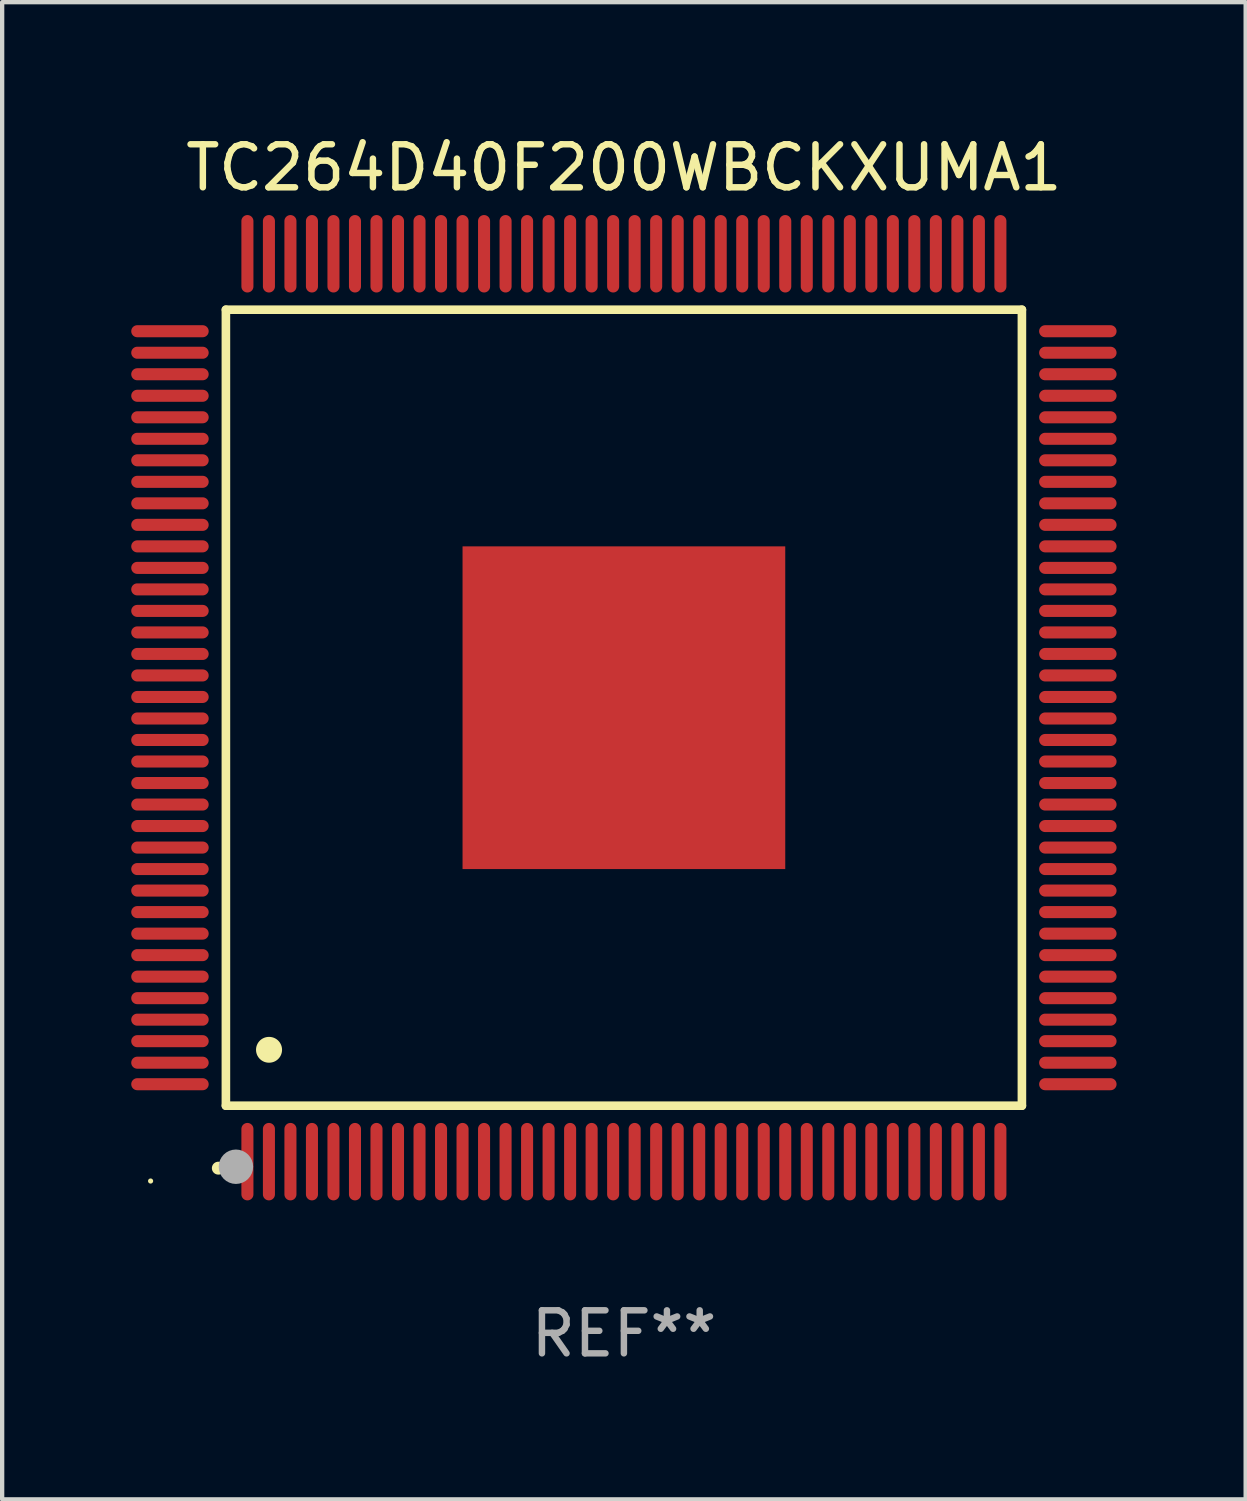
<source format=kicad_pcb>
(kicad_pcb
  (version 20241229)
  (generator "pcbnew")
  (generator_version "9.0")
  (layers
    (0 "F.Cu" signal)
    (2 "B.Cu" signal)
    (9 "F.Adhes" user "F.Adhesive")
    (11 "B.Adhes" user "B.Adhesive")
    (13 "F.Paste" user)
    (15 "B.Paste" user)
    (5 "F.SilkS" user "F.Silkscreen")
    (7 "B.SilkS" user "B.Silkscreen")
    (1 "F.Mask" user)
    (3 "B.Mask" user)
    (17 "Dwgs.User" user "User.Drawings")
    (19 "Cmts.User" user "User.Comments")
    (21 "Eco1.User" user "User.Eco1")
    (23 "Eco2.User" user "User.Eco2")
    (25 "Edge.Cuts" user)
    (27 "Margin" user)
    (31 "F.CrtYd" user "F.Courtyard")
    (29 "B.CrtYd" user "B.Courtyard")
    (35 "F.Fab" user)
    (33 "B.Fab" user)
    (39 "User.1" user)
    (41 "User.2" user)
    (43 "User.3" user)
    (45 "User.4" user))
  (footprint "TC264D40F200WBCKXUMA1"
    (layer "F.Cu")
    (at 11.45 13.398)
    (property "Reference" "TC264D40F200WBCKXUMA1" (at 0 -12.55 0) (layer "F.SilkS") (effects (font (size 1 1) (thickness 0.15))))
    (attr through_hole)
    (fp_line (start -9.25 -9.25) (end 9.25 -9.25) (stroke (width 0.2) (type solid)) (layer "F.SilkS"))
    (fp_line (start -9.25 9.25) (end -9.25 -9.25) (stroke (width 0.2) (type solid)) (layer "F.SilkS"))
    (fp_line (start 9.25 -9.25) (end 9.25 9.25) (stroke (width 0.2) (type solid)) (layer "F.SilkS"))
    (fp_line (start 9.25 9.25) (end -9.25 9.25) (stroke (width 0.2) (type solid)) (layer "F.SilkS"))
    (fp_arc (start -9.425959 10.701041) (mid -9.424689 10.701036) (end -9.423419 10.701041) (stroke (width 0.3) (type solid)) (layer "F.SilkS"))
    (fp_arc (start -8.249936 7.950216) (mid -8.247396 7.950205) (end -8.244856 7.950216) (stroke (width 0.6) (type solid)) (layer "F.SilkS"))
    (fp_circle (center -11 11) (end -10.97 11) (stroke (width 0.06) (type solid)) (fill no) (layer "F.SilkS"))
    (fp_circle (center -9.017 10.668) (end -8.817 10.668) (stroke (width 0.4) (type solid)) (fill no) (layer "F.Fab"))
    (fp_text user "REF**" (at 0 14.55 0) (layer "F.Fab") (effects (font (size 1 1) (thickness 0.15))))
    (pad "1" smd oval (at -8.75 10.55 180) (size 0.28 1.8) (layers "F.Cu" "F.Mask" "F.Paste"))
    (pad "2" smd oval (at -8.25 10.55 180) (size 0.28 1.8) (layers "F.Cu" "F.Mask" "F.Paste"))
    (pad "3" smd oval (at -7.75 10.55 180) (size 0.28 1.8) (layers "F.Cu" "F.Mask" "F.Paste"))
    (pad "4" smd oval (at -7.25 10.55 180) (size 0.28 1.8) (layers "F.Cu" "F.Mask" "F.Paste"))
    (pad "5" smd oval (at -6.75 10.55 180) (size 0.28 1.8) (layers "F.Cu" "F.Mask" "F.Paste"))
    (pad "6" smd oval (at -6.25 10.55 180) (size 0.28 1.8) (layers "F.Cu" "F.Mask" "F.Paste"))
    (pad "7" smd oval (at -5.75 10.55 180) (size 0.28 1.8) (layers "F.Cu" "F.Mask" "F.Paste"))
    (pad "8" smd oval (at -5.25 10.55 180) (size 0.28 1.8) (layers "F.Cu" "F.Mask" "F.Paste"))
    (pad "9" smd oval (at -4.75 10.55 180) (size 0.28 1.8) (layers "F.Cu" "F.Mask" "F.Paste"))
    (pad "10" smd oval (at -4.25 10.55 180) (size 0.28 1.8) (layers "F.Cu" "F.Mask" "F.Paste"))
    (pad "11" smd oval (at -3.75 10.55 180) (size 0.28 1.8) (layers "F.Cu" "F.Mask" "F.Paste"))
    (pad "12" smd oval (at -3.25 10.55 180) (size 0.28 1.8) (layers "F.Cu" "F.Mask" "F.Paste"))
    (pad "13" smd oval (at -2.75 10.55 180) (size 0.28 1.8) (layers "F.Cu" "F.Mask" "F.Paste"))
    (pad "14" smd oval (at -2.25 10.55 180) (size 0.28 1.8) (layers "F.Cu" "F.Mask" "F.Paste"))
    (pad "15" smd oval (at -1.75 10.55 180) (size 0.28 1.8) (layers "F.Cu" "F.Mask" "F.Paste"))
    (pad "16" smd oval (at -1.25 10.55 180) (size 0.28 1.8) (layers "F.Cu" "F.Mask" "F.Paste"))
    (pad "17" smd oval (at -0.75 10.55 180) (size 0.28 1.8) (layers "F.Cu" "F.Mask" "F.Paste"))
    (pad "18" smd oval (at -0.25 10.55 180) (size 0.28 1.8) (layers "F.Cu" "F.Mask" "F.Paste"))
    (pad "19" smd oval (at 0.25 10.55 180) (size 0.28 1.8) (layers "F.Cu" "F.Mask" "F.Paste"))
    (pad "20" smd oval (at 0.75 10.55 180) (size 0.28 1.8) (layers "F.Cu" "F.Mask" "F.Paste"))
    (pad "21" smd oval (at 1.25 10.55 180) (size 0.28 1.8) (layers "F.Cu" "F.Mask" "F.Paste"))
    (pad "22" smd oval (at 1.75 10.55 180) (size 0.28 1.8) (layers "F.Cu" "F.Mask" "F.Paste"))
    (pad "23" smd oval (at 2.25 10.55 180) (size 0.28 1.8) (layers "F.Cu" "F.Mask" "F.Paste"))
    (pad "24" smd oval (at 2.75 10.55 180) (size 0.28 1.8) (layers "F.Cu" "F.Mask" "F.Paste"))
    (pad "25" smd oval (at 3.25 10.55 180) (size 0.28 1.8) (layers "F.Cu" "F.Mask" "F.Paste"))
    (pad "26" smd oval (at 3.75 10.55 180) (size 0.28 1.8) (layers "F.Cu" "F.Mask" "F.Paste"))
    (pad "27" smd oval (at 4.25 10.55 180) (size 0.28 1.8) (layers "F.Cu" "F.Mask" "F.Paste"))
    (pad "28" smd oval (at 4.75 10.55 180) (size 0.28 1.8) (layers "F.Cu" "F.Mask" "F.Paste"))
    (pad "29" smd oval (at 5.25 10.55 180) (size 0.28 1.8) (layers "F.Cu" "F.Mask" "F.Paste"))
    (pad "30" smd oval (at 5.75 10.55 180) (size 0.28 1.8) (layers "F.Cu" "F.Mask" "F.Paste"))
    (pad "31" smd oval (at 6.25 10.55 180) (size 0.28 1.8) (layers "F.Cu" "F.Mask" "F.Paste"))
    (pad "32" smd oval (at 6.75 10.55 180) (size 0.28 1.8) (layers "F.Cu" "F.Mask" "F.Paste"))
    (pad "33" smd oval (at 7.25 10.55 180) (size 0.28 1.8) (layers "F.Cu" "F.Mask" "F.Paste"))
    (pad "34" smd oval (at 7.75 10.55 180) (size 0.28 1.8) (layers "F.Cu" "F.Mask" "F.Paste"))
    (pad "35" smd oval (at 8.25 10.55 180) (size 0.28 1.8) (layers "F.Cu" "F.Mask" "F.Paste"))
    (pad "36" smd oval (at 8.75 10.55 180) (size 0.28 1.8) (layers "F.Cu" "F.Mask" "F.Paste"))
    (pad "37" smd oval (at 10.55 8.75 90) (size 0.28 1.8) (layers "F.Cu" "F.Mask" "F.Paste"))
    (pad "38" smd oval (at 10.55 8.25 90) (size 0.28 1.8) (layers "F.Cu" "F.Mask" "F.Paste"))
    (pad "39" smd oval (at 10.55 7.75 90) (size 0.28 1.8) (layers "F.Cu" "F.Mask" "F.Paste"))
    (pad "40" smd oval (at 10.55 7.25 90) (size 0.28 1.8) (layers "F.Cu" "F.Mask" "F.Paste"))
    (pad "41" smd oval (at 10.55 6.75 90) (size 0.28 1.8) (layers "F.Cu" "F.Mask" "F.Paste"))
    (pad "42" smd oval (at 10.55 6.25 90) (size 0.28 1.8) (layers "F.Cu" "F.Mask" "F.Paste"))
    (pad "43" smd oval (at 10.55 5.75 90) (size 0.28 1.8) (layers "F.Cu" "F.Mask" "F.Paste"))
    (pad "44" smd oval (at 10.55 5.25 90) (size 0.28 1.8) (layers "F.Cu" "F.Mask" "F.Paste"))
    (pad "45" smd oval (at 10.55 4.75 90) (size 0.28 1.8) (layers "F.Cu" "F.Mask" "F.Paste"))
    (pad "46" smd oval (at 10.55 4.25 90) (size 0.28 1.8) (layers "F.Cu" "F.Mask" "F.Paste"))
    (pad "47" smd oval (at 10.55 3.75 90) (size 0.28 1.8) (layers "F.Cu" "F.Mask" "F.Paste"))
    (pad "48" smd oval (at 10.55 3.25 90) (size 0.28 1.8) (layers "F.Cu" "F.Mask" "F.Paste"))
    (pad "49" smd oval (at 10.55 2.75 90) (size 0.28 1.8) (layers "F.Cu" "F.Mask" "F.Paste"))
    (pad "50" smd oval (at 10.55 2.25 90) (size 0.28 1.8) (layers "F.Cu" "F.Mask" "F.Paste"))
    (pad "51" smd oval (at 10.55 1.75 90) (size 0.28 1.8) (layers "F.Cu" "F.Mask" "F.Paste"))
    (pad "52" smd oval (at 10.55 1.25 90) (size 0.28 1.8) (layers "F.Cu" "F.Mask" "F.Paste"))
    (pad "53" smd oval (at 10.55 0.75 90) (size 0.28 1.8) (layers "F.Cu" "F.Mask" "F.Paste"))
    (pad "54" smd oval (at 10.55 0.25 90) (size 0.28 1.8) (layers "F.Cu" "F.Mask" "F.Paste"))
    (pad "55" smd oval (at 10.55 -0.25 90) (size 0.28 1.8) (layers "F.Cu" "F.Mask" "F.Paste"))
    (pad "56" smd oval (at 10.55 -0.75 90) (size 0.28 1.8) (layers "F.Cu" "F.Mask" "F.Paste"))
    (pad "57" smd oval (at 10.55 -1.25 90) (size 0.28 1.8) (layers "F.Cu" "F.Mask" "F.Paste"))
    (pad "58" smd oval (at 10.55 -1.75 90) (size 0.28 1.8) (layers "F.Cu" "F.Mask" "F.Paste"))
    (pad "59" smd oval (at 10.55 -2.25 90) (size 0.28 1.8) (layers "F.Cu" "F.Mask" "F.Paste"))
    (pad "60" smd oval (at 10.55 -2.75 90) (size 0.28 1.8) (layers "F.Cu" "F.Mask" "F.Paste"))
    (pad "61" smd oval (at 10.55 -3.25 90) (size 0.28 1.8) (layers "F.Cu" "F.Mask" "F.Paste"))
    (pad "62" smd oval (at 10.55 -3.75 90) (size 0.28 1.8) (layers "F.Cu" "F.Mask" "F.Paste"))
    (pad "63" smd oval (at 10.55 -4.25 90) (size 0.28 1.8) (layers "F.Cu" "F.Mask" "F.Paste"))
    (pad "64" smd oval (at 10.55 -4.75 90) (size 0.28 1.8) (layers "F.Cu" "F.Mask" "F.Paste"))
    (pad "65" smd oval (at 10.55 -5.25 90) (size 0.28 1.8) (layers "F.Cu" "F.Mask" "F.Paste"))
    (pad "66" smd oval (at 10.55 -5.75 90) (size 0.28 1.8) (layers "F.Cu" "F.Mask" "F.Paste"))
    (pad "67" smd oval (at 10.55 -6.25 90) (size 0.28 1.8) (layers "F.Cu" "F.Mask" "F.Paste"))
    (pad "68" smd oval (at 10.55 -6.75 90) (size 0.28 1.8) (layers "F.Cu" "F.Mask" "F.Paste"))
    (pad "69" smd oval (at 10.55 -7.25 90) (size 0.28 1.8) (layers "F.Cu" "F.Mask" "F.Paste"))
    (pad "70" smd oval (at 10.55 -7.75 90) (size 0.28 1.8) (layers "F.Cu" "F.Mask" "F.Paste"))
    (pad "71" smd oval (at 10.55 -8.25 90) (size 0.28 1.8) (layers "F.Cu" "F.Mask" "F.Paste"))
    (pad "72" smd oval (at 10.55 -8.75 90) (size 0.28 1.8) (layers "F.Cu" "F.Mask" "F.Paste"))
    (pad "73" smd oval (at 8.75 -10.55 180) (size 0.28 1.8) (layers "F.Cu" "F.Mask" "F.Paste"))
    (pad "74" smd oval (at 8.25 -10.55 180) (size 0.28 1.8) (layers "F.Cu" "F.Mask" "F.Paste"))
    (pad "75" smd oval (at 7.75 -10.55 180) (size 0.28 1.8) (layers "F.Cu" "F.Mask" "F.Paste"))
    (pad "76" smd oval (at 7.25 -10.55 180) (size 0.28 1.8) (layers "F.Cu" "F.Mask" "F.Paste"))
    (pad "77" smd oval (at 6.75 -10.55 180) (size 0.28 1.8) (layers "F.Cu" "F.Mask" "F.Paste"))
    (pad "78" smd oval (at 6.25 -10.55 180) (size 0.28 1.8) (layers "F.Cu" "F.Mask" "F.Paste"))
    (pad "79" smd oval (at 5.75 -10.55 180) (size 0.28 1.8) (layers "F.Cu" "F.Mask" "F.Paste"))
    (pad "80" smd oval (at 5.25 -10.55 180) (size 0.28 1.8) (layers "F.Cu" "F.Mask" "F.Paste"))
    (pad "81" smd oval (at 4.75 -10.55 180) (size 0.28 1.8) (layers "F.Cu" "F.Mask" "F.Paste"))
    (pad "82" smd oval (at 4.25 -10.55 180) (size 0.28 1.8) (layers "F.Cu" "F.Mask" "F.Paste"))
    (pad "83" smd oval (at 3.75 -10.55 180) (size 0.28 1.8) (layers "F.Cu" "F.Mask" "F.Paste"))
    (pad "84" smd oval (at 3.25 -10.55 180) (size 0.28 1.8) (layers "F.Cu" "F.Mask" "F.Paste"))
    (pad "85" smd oval (at 2.75 -10.55 180) (size 0.28 1.8) (layers "F.Cu" "F.Mask" "F.Paste"))
    (pad "86" smd oval (at 2.25 -10.55 180) (size 0.28 1.8) (layers "F.Cu" "F.Mask" "F.Paste"))
    (pad "87" smd oval (at 1.75 -10.55 180) (size 0.28 1.8) (layers "F.Cu" "F.Mask" "F.Paste"))
    (pad "88" smd oval (at 1.25 -10.55 180) (size 0.28 1.8) (layers "F.Cu" "F.Mask" "F.Paste"))
    (pad "89" smd oval (at 0.75 -10.55 180) (size 0.28 1.8) (layers "F.Cu" "F.Mask" "F.Paste"))
    (pad "90" smd oval (at 0.25 -10.55 180) (size 0.28 1.8) (layers "F.Cu" "F.Mask" "F.Paste"))
    (pad "91" smd oval (at -0.25 -10.55 180) (size 0.28 1.8) (layers "F.Cu" "F.Mask" "F.Paste"))
    (pad "92" smd oval (at -0.75 -10.55 180) (size 0.28 1.8) (layers "F.Cu" "F.Mask" "F.Paste"))
    (pad "93" smd oval (at -1.25 -10.55 180) (size 0.28 1.8) (layers "F.Cu" "F.Mask" "F.Paste"))
    (pad "94" smd oval (at -1.75 -10.55 180) (size 0.28 1.8) (layers "F.Cu" "F.Mask" "F.Paste"))
    (pad "95" smd oval (at -2.25 -10.55 180) (size 0.28 1.8) (layers "F.Cu" "F.Mask" "F.Paste"))
    (pad "96" smd oval (at -2.75 -10.55 180) (size 0.28 1.8) (layers "F.Cu" "F.Mask" "F.Paste"))
    (pad "97" smd oval (at -3.25 -10.55 180) (size 0.28 1.8) (layers "F.Cu" "F.Mask" "F.Paste"))
    (pad "98" smd oval (at -3.75 -10.55 180) (size 0.28 1.8) (layers "F.Cu" "F.Mask" "F.Paste"))
    (pad "99" smd oval (at -4.25 -10.55 180) (size 0.28 1.8) (layers "F.Cu" "F.Mask" "F.Paste"))
    (pad "100" smd oval (at -4.75 -10.55 180) (size 0.28 1.8) (layers "F.Cu" "F.Mask" "F.Paste"))
    (pad "101" smd oval (at -5.25 -10.55 180) (size 0.28 1.8) (layers "F.Cu" "F.Mask" "F.Paste"))
    (pad "102" smd oval (at -5.75 -10.55 180) (size 0.28 1.8) (layers "F.Cu" "F.Mask" "F.Paste"))
    (pad "103" smd oval (at -6.25 -10.55 180) (size 0.28 1.8) (layers "F.Cu" "F.Mask" "F.Paste"))
    (pad "104" smd oval (at -6.75 -10.55 180) (size 0.28 1.8) (layers "F.Cu" "F.Mask" "F.Paste"))
    (pad "105" smd oval (at -7.25 -10.55 180) (size 0.28 1.8) (layers "F.Cu" "F.Mask" "F.Paste"))
    (pad "106" smd oval (at -7.75 -10.55 180) (size 0.28 1.8) (layers "F.Cu" "F.Mask" "F.Paste"))
    (pad "107" smd oval (at -8.25 -10.55 180) (size 0.28 1.8) (layers "F.Cu" "F.Mask" "F.Paste"))
    (pad "108" smd oval (at -8.75 -10.55 180) (size 0.28 1.8) (layers "F.Cu" "F.Mask" "F.Paste"))
    (pad "109" smd oval (at -10.55 -8.75 90) (size 0.28 1.8) (layers "F.Cu" "F.Mask" "F.Paste"))
    (pad "110" smd oval (at -10.55 -8.25 90) (size 0.28 1.8) (layers "F.Cu" "F.Mask" "F.Paste"))
    (pad "111" smd oval (at -10.55 -7.75 90) (size 0.28 1.8) (layers "F.Cu" "F.Mask" "F.Paste"))
    (pad "112" smd oval (at -10.55 -7.25 90) (size 0.28 1.8) (layers "F.Cu" "F.Mask" "F.Paste"))
    (pad "113" smd oval (at -10.55 -6.75 90) (size 0.28 1.8) (layers "F.Cu" "F.Mask" "F.Paste"))
    (pad "114" smd oval (at -10.55 -6.25 90) (size 0.28 1.8) (layers "F.Cu" "F.Mask" "F.Paste"))
    (pad "115" smd oval (at -10.55 -5.75 90) (size 0.28 1.8) (layers "F.Cu" "F.Mask" "F.Paste"))
    (pad "116" smd oval (at -10.55 -5.25 90) (size 0.28 1.8) (layers "F.Cu" "F.Mask" "F.Paste"))
    (pad "117" smd oval (at -10.55 -4.75 90) (size 0.28 1.8) (layers "F.Cu" "F.Mask" "F.Paste"))
    (pad "118" smd oval (at -10.55 -4.25 90) (size 0.28 1.8) (layers "F.Cu" "F.Mask" "F.Paste"))
    (pad "119" smd oval (at -10.55 -3.75 90) (size 0.28 1.8) (layers "F.Cu" "F.Mask" "F.Paste"))
    (pad "120" smd oval (at -10.55 -3.25 90) (size 0.28 1.8) (layers "F.Cu" "F.Mask" "F.Paste"))
    (pad "121" smd oval (at -10.55 -2.75 90) (size 0.28 1.8) (layers "F.Cu" "F.Mask" "F.Paste"))
    (pad "122" smd oval (at -10.55 -2.25 90) (size 0.28 1.8) (layers "F.Cu" "F.Mask" "F.Paste"))
    (pad "123" smd oval (at -10.55 -1.75 90) (size 0.28 1.8) (layers "F.Cu" "F.Mask" "F.Paste"))
    (pad "124" smd oval (at -10.55 -1.25 90) (size 0.28 1.8) (layers "F.Cu" "F.Mask" "F.Paste"))
    (pad "125" smd oval (at -10.55 -0.75 90) (size 0.28 1.8) (layers "F.Cu" "F.Mask" "F.Paste"))
    (pad "126" smd oval (at -10.55 -0.25 90) (size 0.28 1.8) (layers "F.Cu" "F.Mask" "F.Paste"))
    (pad "127" smd oval (at -10.55 0.25 90) (size 0.28 1.8) (layers "F.Cu" "F.Mask" "F.Paste"))
    (pad "128" smd oval (at -10.55 0.75 90) (size 0.28 1.8) (layers "F.Cu" "F.Mask" "F.Paste"))
    (pad "129" smd oval (at -10.55 1.25 90) (size 0.28 1.8) (layers "F.Cu" "F.Mask" "F.Paste"))
    (pad "130" smd oval (at -10.55 1.75 90) (size 0.28 1.8) (layers "F.Cu" "F.Mask" "F.Paste"))
    (pad "131" smd oval (at -10.55 2.25 90) (size 0.28 1.8) (layers "F.Cu" "F.Mask" "F.Paste"))
    (pad "132" smd oval (at -10.55 2.75 90) (size 0.28 1.8) (layers "F.Cu" "F.Mask" "F.Paste"))
    (pad "133" smd oval (at -10.55 3.25 90) (size 0.28 1.8) (layers "F.Cu" "F.Mask" "F.Paste"))
    (pad "134" smd oval (at -10.55 3.75 90) (size 0.28 1.8) (layers "F.Cu" "F.Mask" "F.Paste"))
    (pad "135" smd oval (at -10.55 4.25 90) (size 0.28 1.8) (layers "F.Cu" "F.Mask" "F.Paste"))
    (pad "136" smd oval (at -10.55 4.75 90) (size 0.28 1.8) (layers "F.Cu" "F.Mask" "F.Paste"))
    (pad "137" smd oval (at -10.55 5.25 90) (size 0.28 1.8) (layers "F.Cu" "F.Mask" "F.Paste"))
    (pad "138" smd oval (at -10.55 5.75 90) (size 0.28 1.8) (layers "F.Cu" "F.Mask" "F.Paste"))
    (pad "139" smd oval (at -10.55 6.25 90) (size 0.28 1.8) (layers "F.Cu" "F.Mask" "F.Paste"))
    (pad "140" smd oval (at -10.55 6.75 90) (size 0.28 1.8) (layers "F.Cu" "F.Mask" "F.Paste"))
    (pad "141" smd oval (at -10.55 7.25 90) (size 0.28 1.8) (layers "F.Cu" "F.Mask" "F.Paste"))
    (pad "142" smd oval (at -10.55 7.75 90) (size 0.28 1.8) (layers "F.Cu" "F.Mask" "F.Paste"))
    (pad "143" smd oval (at -10.55 8.25 90) (size 0.28 1.8) (layers "F.Cu" "F.Mask" "F.Paste"))
    (pad "144" smd oval (at -10.55 8.75 90) (size 0.28 1.8) (layers "F.Cu" "F.Mask" "F.Paste"))
    (pad "145" smd rect (at 0 0 90) (size 7.5 7.5) (layers "F.Cu" "F.Mask" "F.Paste")))
  (gr_rect
    (start -3 -3)
    (end 25.9 31.796)
    (stroke (width 0.1) (type default))
    (fill no)
    (layer "Edge.Cuts")))
</source>
